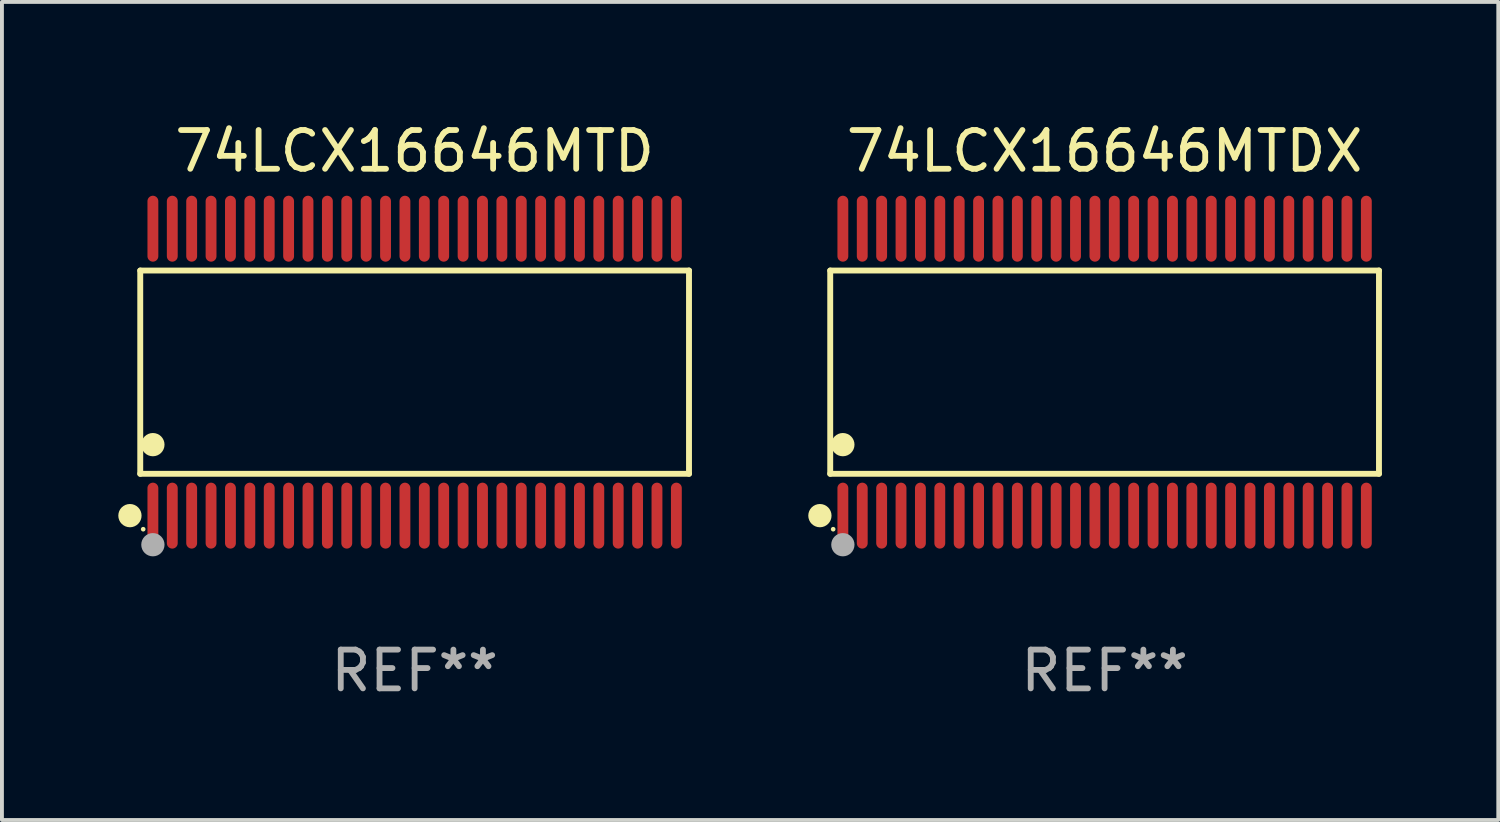
<source format=kicad_pcb>
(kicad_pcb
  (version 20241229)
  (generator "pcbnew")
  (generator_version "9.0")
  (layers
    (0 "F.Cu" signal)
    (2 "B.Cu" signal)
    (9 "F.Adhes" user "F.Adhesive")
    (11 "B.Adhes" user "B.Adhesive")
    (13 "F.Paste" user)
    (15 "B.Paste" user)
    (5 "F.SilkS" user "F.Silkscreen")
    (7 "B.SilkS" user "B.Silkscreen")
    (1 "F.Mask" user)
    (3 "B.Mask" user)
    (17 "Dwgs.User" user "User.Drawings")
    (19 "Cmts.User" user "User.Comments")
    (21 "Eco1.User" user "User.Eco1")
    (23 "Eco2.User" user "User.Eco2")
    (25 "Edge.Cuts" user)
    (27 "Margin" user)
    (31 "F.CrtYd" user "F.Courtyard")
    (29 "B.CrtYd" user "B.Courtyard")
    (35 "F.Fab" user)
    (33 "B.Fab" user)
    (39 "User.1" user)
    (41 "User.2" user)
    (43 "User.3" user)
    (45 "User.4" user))
  (footprint "74LCX16646MTD"
    (layer "F.Cu")
    (at 7.643 6.548)
    (property "Reference" "74LCX16646MTD" (at 0 -5.7 0) (layer "F.SilkS") (effects (font (size 1 1) (thickness 0.15))))
    (attr through_hole)
    (fp_line (start -7.076 -2.621) (end 7.076 -2.621) (stroke (width 0.152) (type solid)) (layer "F.SilkS"))
    (fp_line (start -7.076 2.621) (end -7.076 -2.621) (stroke (width 0.152) (type solid)) (layer "F.SilkS"))
    (fp_line (start 7.076 -2.621) (end 7.076 2.621) (stroke (width 0.152) (type solid)) (layer "F.SilkS"))
    (fp_line (start 7.076 2.621) (end -7.076 2.621) (stroke (width 0.152) (type solid)) (layer "F.SilkS"))
    (fp_circle (center -7.342 3.7) (end -7.192 3.7) (stroke (width 0.3) (type solid)) (fill no) (layer "F.SilkS"))
    (fp_circle (center -7 4.05) (end -6.97 4.05) (stroke (width 0.06) (type solid)) (fill no) (layer "F.SilkS"))
    (fp_circle (center -6.75 1.869) (end -6.6 1.869) (stroke (width 0.3) (type solid)) (fill no) (layer "F.SilkS"))
    (fp_circle (center -6.75 4.45) (end -6.6 4.45) (stroke (width 0.3) (type solid)) (fill no) (layer "F.Fab"))
    (fp_text user "REF**" (at 0 7.7 0) (layer "F.Fab") (effects (font (size 1 1) (thickness 0.15))))
    (pad "1" smd oval (at -6.75 3.7) (size 0.28 1.7) (layers "F.Cu" "F.Mask" "F.Paste"))
    (pad "2" smd oval (at -6.25 3.7) (size 0.28 1.7) (layers "F.Cu" "F.Mask" "F.Paste"))
    (pad "3" smd oval (at -5.75 3.7) (size 0.28 1.7) (layers "F.Cu" "F.Mask" "F.Paste"))
    (pad "4" smd oval (at -5.25 3.7) (size 0.28 1.7) (layers "F.Cu" "F.Mask" "F.Paste"))
    (pad "5" smd oval (at -4.75 3.7) (size 0.28 1.7) (layers "F.Cu" "F.Mask" "F.Paste"))
    (pad "6" smd oval (at -4.25 3.7) (size 0.28 1.7) (layers "F.Cu" "F.Mask" "F.Paste"))
    (pad "7" smd oval (at -3.75 3.7) (size 0.28 1.7) (layers "F.Cu" "F.Mask" "F.Paste"))
    (pad "8" smd oval (at -3.25 3.7) (size 0.28 1.7) (layers "F.Cu" "F.Mask" "F.Paste"))
    (pad "9" smd oval (at -2.75 3.7) (size 0.28 1.7) (layers "F.Cu" "F.Mask" "F.Paste"))
    (pad "10" smd oval (at -2.25 3.7) (size 0.28 1.7) (layers "F.Cu" "F.Mask" "F.Paste"))
    (pad "11" smd oval (at -1.75 3.7) (size 0.28 1.7) (layers "F.Cu" "F.Mask" "F.Paste"))
    (pad "12" smd oval (at -1.25 3.7) (size 0.28 1.7) (layers "F.Cu" "F.Mask" "F.Paste"))
    (pad "13" smd oval (at -0.75 3.7) (size 0.28 1.7) (layers "F.Cu" "F.Mask" "F.Paste"))
    (pad "14" smd oval (at -0.25 3.7) (size 0.28 1.7) (layers "F.Cu" "F.Mask" "F.Paste"))
    (pad "15" smd oval (at 0.25 3.7) (size 0.28 1.7) (layers "F.Cu" "F.Mask" "F.Paste"))
    (pad "16" smd oval (at 0.75 3.7) (size 0.28 1.7) (layers "F.Cu" "F.Mask" "F.Paste"))
    (pad "17" smd oval (at 1.25 3.7) (size 0.28 1.7) (layers "F.Cu" "F.Mask" "F.Paste"))
    (pad "18" smd oval (at 1.75 3.7) (size 0.28 1.7) (layers "F.Cu" "F.Mask" "F.Paste"))
    (pad "19" smd oval (at 2.25 3.7) (size 0.28 1.7) (layers "F.Cu" "F.Mask" "F.Paste"))
    (pad "20" smd oval (at 2.75 3.7) (size 0.28 1.7) (layers "F.Cu" "F.Mask" "F.Paste"))
    (pad "21" smd oval (at 3.25 3.7) (size 0.28 1.7) (layers "F.Cu" "F.Mask" "F.Paste"))
    (pad "22" smd oval (at 3.75 3.7) (size 0.28 1.7) (layers "F.Cu" "F.Mask" "F.Paste"))
    (pad "23" smd oval (at 4.25 3.7) (size 0.28 1.7) (layers "F.Cu" "F.Mask" "F.Paste"))
    (pad "24" smd oval (at 4.75 3.7) (size 0.28 1.7) (layers "F.Cu" "F.Mask" "F.Paste"))
    (pad "25" smd oval (at 5.25 3.7) (size 0.28 1.7) (layers "F.Cu" "F.Mask" "F.Paste"))
    (pad "26" smd oval (at 5.75 3.7) (size 0.28 1.7) (layers "F.Cu" "F.Mask" "F.Paste"))
    (pad "27" smd oval (at 6.25 3.7) (size 0.28 1.7) (layers "F.Cu" "F.Mask" "F.Paste"))
    (pad "28" smd oval (at 6.75 3.7) (size 0.28 1.7) (layers "F.Cu" "F.Mask" "F.Paste"))
    (pad "29" smd oval (at 6.75 -3.7) (size 0.28 1.7) (layers "F.Cu" "F.Mask" "F.Paste"))
    (pad "30" smd oval (at 6.25 -3.7) (size 0.28 1.7) (layers "F.Cu" "F.Mask" "F.Paste"))
    (pad "31" smd oval (at 5.75 -3.7) (size 0.28 1.7) (layers "F.Cu" "F.Mask" "F.Paste"))
    (pad "32" smd oval (at 5.25 -3.7) (size 0.28 1.7) (layers "F.Cu" "F.Mask" "F.Paste"))
    (pad "33" smd oval (at 4.75 -3.7) (size 0.28 1.7) (layers "F.Cu" "F.Mask" "F.Paste"))
    (pad "34" smd oval (at 4.25 -3.7) (size 0.28 1.7) (layers "F.Cu" "F.Mask" "F.Paste"))
    (pad "35" smd oval (at 3.75 -3.7) (size 0.28 1.7) (layers "F.Cu" "F.Mask" "F.Paste"))
    (pad "36" smd oval (at 3.25 -3.7) (size 0.28 1.7) (layers "F.Cu" "F.Mask" "F.Paste"))
    (pad "37" smd oval (at 2.75 -3.7) (size 0.28 1.7) (layers "F.Cu" "F.Mask" "F.Paste"))
    (pad "38" smd oval (at 2.25 -3.7) (size 0.28 1.7) (layers "F.Cu" "F.Mask" "F.Paste"))
    (pad "39" smd oval (at 1.75 -3.7) (size 0.28 1.7) (layers "F.Cu" "F.Mask" "F.Paste"))
    (pad "40" smd oval (at 1.25 -3.7) (size 0.28 1.7) (layers "F.Cu" "F.Mask" "F.Paste"))
    (pad "41" smd oval (at 0.75 -3.7) (size 0.28 1.7) (layers "F.Cu" "F.Mask" "F.Paste"))
    (pad "42" smd oval (at 0.25 -3.7) (size 0.28 1.7) (layers "F.Cu" "F.Mask" "F.Paste"))
    (pad "43" smd oval (at -0.25 -3.7) (size 0.28 1.7) (layers "F.Cu" "F.Mask" "F.Paste"))
    (pad "44" smd oval (at -0.75 -3.7) (size 0.28 1.7) (layers "F.Cu" "F.Mask" "F.Paste"))
    (pad "45" smd oval (at -1.25 -3.7) (size 0.28 1.7) (layers "F.Cu" "F.Mask" "F.Paste"))
    (pad "46" smd oval (at -1.75 -3.7) (size 0.28 1.7) (layers "F.Cu" "F.Mask" "F.Paste"))
    (pad "47" smd oval (at -2.25 -3.7) (size 0.28 1.7) (layers "F.Cu" "F.Mask" "F.Paste"))
    (pad "48" smd oval (at -2.75 -3.7) (size 0.28 1.7) (layers "F.Cu" "F.Mask" "F.Paste"))
    (pad "49" smd oval (at -3.25 -3.7) (size 0.28 1.7) (layers "F.Cu" "F.Mask" "F.Paste"))
    (pad "50" smd oval (at -3.75 -3.7) (size 0.28 1.7) (layers "F.Cu" "F.Mask" "F.Paste"))
    (pad "51" smd oval (at -4.25 -3.7) (size 0.28 1.7) (layers "F.Cu" "F.Mask" "F.Paste"))
    (pad "52" smd oval (at -4.75 -3.7) (size 0.28 1.7) (layers "F.Cu" "F.Mask" "F.Paste"))
    (pad "53" smd oval (at -5.25 -3.7) (size 0.28 1.7) (layers "F.Cu" "F.Mask" "F.Paste"))
    (pad "54" smd oval (at -5.75 -3.7) (size 0.28 1.7) (layers "F.Cu" "F.Mask" "F.Paste"))
    (pad "55" smd oval (at -6.25 -3.7) (size 0.28 1.7) (layers "F.Cu" "F.Mask" "F.Paste"))
    (pad "56" smd oval (at -6.75 -3.7) (size 0.28 1.7) (layers "F.Cu" "F.Mask" "F.Paste")))
  (footprint "74LCX16646MTDX"
    (layer "F.Cu")
    (at 25.437 6.548)
    (property "Reference" "74LCX16646MTDX" (at 0 -5.7 0) (layer "F.SilkS") (effects (font (size 1 1) (thickness 0.15))))
    (attr through_hole)
    (fp_line (start -7.076 -2.621) (end 7.076 -2.621) (stroke (width 0.152) (type solid)) (layer "F.SilkS"))
    (fp_line (start -7.076 2.621) (end -7.076 -2.621) (stroke (width 0.152) (type solid)) (layer "F.SilkS"))
    (fp_line (start 7.076 -2.621) (end 7.076 2.621) (stroke (width 0.152) (type solid)) (layer "F.SilkS"))
    (fp_line (start 7.076 2.621) (end -7.076 2.621) (stroke (width 0.152) (type solid)) (layer "F.SilkS"))
    (fp_circle (center -7.342 3.7) (end -7.192 3.7) (stroke (width 0.3) (type solid)) (fill no) (layer "F.SilkS"))
    (fp_circle (center -7 4.05) (end -6.97 4.05) (stroke (width 0.06) (type solid)) (fill no) (layer "F.SilkS"))
    (fp_circle (center -6.75 1.869) (end -6.6 1.869) (stroke (width 0.3) (type solid)) (fill no) (layer "F.SilkS"))
    (fp_circle (center -6.75 4.45) (end -6.6 4.45) (stroke (width 0.3) (type solid)) (fill no) (layer "F.Fab"))
    (fp_text user "REF**" (at 0 7.7 0) (layer "F.Fab") (effects (font (size 1 1) (thickness 0.15))))
    (pad "1" smd oval (at -6.75 3.7) (size 0.28 1.7) (layers "F.Cu" "F.Mask" "F.Paste"))
    (pad "2" smd oval (at -6.25 3.7) (size 0.28 1.7) (layers "F.Cu" "F.Mask" "F.Paste"))
    (pad "3" smd oval (at -5.75 3.7) (size 0.28 1.7) (layers "F.Cu" "F.Mask" "F.Paste"))
    (pad "4" smd oval (at -5.25 3.7) (size 0.28 1.7) (layers "F.Cu" "F.Mask" "F.Paste"))
    (pad "5" smd oval (at -4.75 3.7) (size 0.28 1.7) (layers "F.Cu" "F.Mask" "F.Paste"))
    (pad "6" smd oval (at -4.25 3.7) (size 0.28 1.7) (layers "F.Cu" "F.Mask" "F.Paste"))
    (pad "7" smd oval (at -3.75 3.7) (size 0.28 1.7) (layers "F.Cu" "F.Mask" "F.Paste"))
    (pad "8" smd oval (at -3.25 3.7) (size 0.28 1.7) (layers "F.Cu" "F.Mask" "F.Paste"))
    (pad "9" smd oval (at -2.75 3.7) (size 0.28 1.7) (layers "F.Cu" "F.Mask" "F.Paste"))
    (pad "10" smd oval (at -2.25 3.7) (size 0.28 1.7) (layers "F.Cu" "F.Mask" "F.Paste"))
    (pad "11" smd oval (at -1.75 3.7) (size 0.28 1.7) (layers "F.Cu" "F.Mask" "F.Paste"))
    (pad "12" smd oval (at -1.25 3.7) (size 0.28 1.7) (layers "F.Cu" "F.Mask" "F.Paste"))
    (pad "13" smd oval (at -0.75 3.7) (size 0.28 1.7) (layers "F.Cu" "F.Mask" "F.Paste"))
    (pad "14" smd oval (at -0.25 3.7) (size 0.28 1.7) (layers "F.Cu" "F.Mask" "F.Paste"))
    (pad "15" smd oval (at 0.25 3.7) (size 0.28 1.7) (layers "F.Cu" "F.Mask" "F.Paste"))
    (pad "16" smd oval (at 0.75 3.7) (size 0.28 1.7) (layers "F.Cu" "F.Mask" "F.Paste"))
    (pad "17" smd oval (at 1.25 3.7) (size 0.28 1.7) (layers "F.Cu" "F.Mask" "F.Paste"))
    (pad "18" smd oval (at 1.75 3.7) (size 0.28 1.7) (layers "F.Cu" "F.Mask" "F.Paste"))
    (pad "19" smd oval (at 2.25 3.7) (size 0.28 1.7) (layers "F.Cu" "F.Mask" "F.Paste"))
    (pad "20" smd oval (at 2.75 3.7) (size 0.28 1.7) (layers "F.Cu" "F.Mask" "F.Paste"))
    (pad "21" smd oval (at 3.25 3.7) (size 0.28 1.7) (layers "F.Cu" "F.Mask" "F.Paste"))
    (pad "22" smd oval (at 3.75 3.7) (size 0.28 1.7) (layers "F.Cu" "F.Mask" "F.Paste"))
    (pad "23" smd oval (at 4.25 3.7) (size 0.28 1.7) (layers "F.Cu" "F.Mask" "F.Paste"))
    (pad "24" smd oval (at 4.75 3.7) (size 0.28 1.7) (layers "F.Cu" "F.Mask" "F.Paste"))
    (pad "25" smd oval (at 5.25 3.7) (size 0.28 1.7) (layers "F.Cu" "F.Mask" "F.Paste"))
    (pad "26" smd oval (at 5.75 3.7) (size 0.28 1.7) (layers "F.Cu" "F.Mask" "F.Paste"))
    (pad "27" smd oval (at 6.25 3.7) (size 0.28 1.7) (layers "F.Cu" "F.Mask" "F.Paste"))
    (pad "28" smd oval (at 6.75 3.7) (size 0.28 1.7) (layers "F.Cu" "F.Mask" "F.Paste"))
    (pad "29" smd oval (at 6.75 -3.7) (size 0.28 1.7) (layers "F.Cu" "F.Mask" "F.Paste"))
    (pad "30" smd oval (at 6.25 -3.7) (size 0.28 1.7) (layers "F.Cu" "F.Mask" "F.Paste"))
    (pad "31" smd oval (at 5.75 -3.7) (size 0.28 1.7) (layers "F.Cu" "F.Mask" "F.Paste"))
    (pad "32" smd oval (at 5.25 -3.7) (size 0.28 1.7) (layers "F.Cu" "F.Mask" "F.Paste"))
    (pad "33" smd oval (at 4.75 -3.7) (size 0.28 1.7) (layers "F.Cu" "F.Mask" "F.Paste"))
    (pad "34" smd oval (at 4.25 -3.7) (size 0.28 1.7) (layers "F.Cu" "F.Mask" "F.Paste"))
    (pad "35" smd oval (at 3.75 -3.7) (size 0.28 1.7) (layers "F.Cu" "F.Mask" "F.Paste"))
    (pad "36" smd oval (at 3.25 -3.7) (size 0.28 1.7) (layers "F.Cu" "F.Mask" "F.Paste"))
    (pad "37" smd oval (at 2.75 -3.7) (size 0.28 1.7) (layers "F.Cu" "F.Mask" "F.Paste"))
    (pad "38" smd oval (at 2.25 -3.7) (size 0.28 1.7) (layers "F.Cu" "F.Mask" "F.Paste"))
    (pad "39" smd oval (at 1.75 -3.7) (size 0.28 1.7) (layers "F.Cu" "F.Mask" "F.Paste"))
    (pad "40" smd oval (at 1.25 -3.7) (size 0.28 1.7) (layers "F.Cu" "F.Mask" "F.Paste"))
    (pad "41" smd oval (at 0.75 -3.7) (size 0.28 1.7) (layers "F.Cu" "F.Mask" "F.Paste"))
    (pad "42" smd oval (at 0.25 -3.7) (size 0.28 1.7) (layers "F.Cu" "F.Mask" "F.Paste"))
    (pad "43" smd oval (at -0.25 -3.7) (size 0.28 1.7) (layers "F.Cu" "F.Mask" "F.Paste"))
    (pad "44" smd oval (at -0.75 -3.7) (size 0.28 1.7) (layers "F.Cu" "F.Mask" "F.Paste"))
    (pad "45" smd oval (at -1.25 -3.7) (size 0.28 1.7) (layers "F.Cu" "F.Mask" "F.Paste"))
    (pad "46" smd oval (at -1.75 -3.7) (size 0.28 1.7) (layers "F.Cu" "F.Mask" "F.Paste"))
    (pad "47" smd oval (at -2.25 -3.7) (size 0.28 1.7) (layers "F.Cu" "F.Mask" "F.Paste"))
    (pad "48" smd oval (at -2.75 -3.7) (size 0.28 1.7) (layers "F.Cu" "F.Mask" "F.Paste"))
    (pad "49" smd oval (at -3.25 -3.7) (size 0.28 1.7) (layers "F.Cu" "F.Mask" "F.Paste"))
    (pad "50" smd oval (at -3.75 -3.7) (size 0.28 1.7) (layers "F.Cu" "F.Mask" "F.Paste"))
    (pad "51" smd oval (at -4.25 -3.7) (size 0.28 1.7) (layers "F.Cu" "F.Mask" "F.Paste"))
    (pad "52" smd oval (at -4.75 -3.7) (size 0.28 1.7) (layers "F.Cu" "F.Mask" "F.Paste"))
    (pad "53" smd oval (at -5.25 -3.7) (size 0.28 1.7) (layers "F.Cu" "F.Mask" "F.Paste"))
    (pad "54" smd oval (at -5.75 -3.7) (size 0.28 1.7) (layers "F.Cu" "F.Mask" "F.Paste"))
    (pad "55" smd oval (at -6.25 -3.7) (size 0.28 1.7) (layers "F.Cu" "F.Mask" "F.Paste"))
    (pad "56" smd oval (at -6.75 -3.7) (size 0.28 1.7) (layers "F.Cu" "F.Mask" "F.Paste")))
  (gr_rect
    (start -3 -3)
    (end 35.59 18.097)
    (stroke (width 0.1) (type default))
    (fill no)
    (layer "Edge.Cuts")))
</source>
